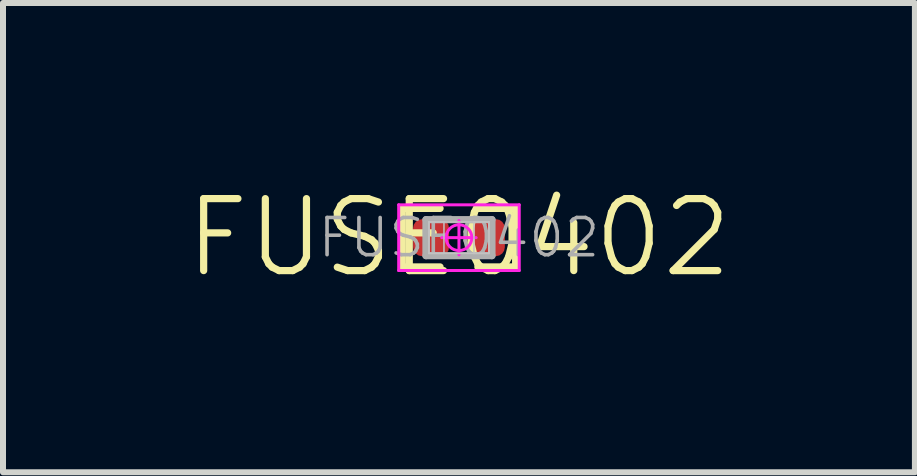
<source format=kicad_pcb>
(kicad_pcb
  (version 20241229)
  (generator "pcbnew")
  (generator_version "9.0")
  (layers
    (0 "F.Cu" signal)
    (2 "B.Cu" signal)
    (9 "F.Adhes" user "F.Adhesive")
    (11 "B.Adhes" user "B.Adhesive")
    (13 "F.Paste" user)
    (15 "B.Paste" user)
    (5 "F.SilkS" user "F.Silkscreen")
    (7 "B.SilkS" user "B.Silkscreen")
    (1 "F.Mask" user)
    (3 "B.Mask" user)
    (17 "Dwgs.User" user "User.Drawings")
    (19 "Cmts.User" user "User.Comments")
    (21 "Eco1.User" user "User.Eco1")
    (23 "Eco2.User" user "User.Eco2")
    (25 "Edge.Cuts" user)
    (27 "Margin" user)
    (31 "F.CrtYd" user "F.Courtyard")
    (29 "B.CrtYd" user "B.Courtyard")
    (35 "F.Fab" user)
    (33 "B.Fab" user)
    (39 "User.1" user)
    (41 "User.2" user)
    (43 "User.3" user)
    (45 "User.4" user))
  (footprint "FUSE0402"
    (layer "F.Cu")
    (at 4.603 0.913)
    (property "Reference" "FUSE0402" (at 0 0 0) (layer "F.SilkS") (effects (font (size 1.2 1.2) (thickness 0.12))))
    (attr smd)
    (fp_line (start -0.945 -0.488) (end -0.315 -0.488) (stroke (width 0.12) (type solid)) (layer "F.SilkS"))
    (fp_line (start -0.945 0.488) (end -0.945 -0.488) (stroke (width 0.12) (type solid)) (layer "F.SilkS"))
    (fp_line (start -0.315 0.488) (end -0.945 0.488) (stroke (width 0.12) (type solid)) (layer "F.SilkS"))
    (fp_line (start 0.315 0.488) (end 0.945 0.488) (stroke (width 0.12) (type solid)) (layer "F.SilkS"))
    (fp_line (start 0.945 -0.488) (end 0.315 -0.488) (stroke (width 0.12) (type solid)) (layer "F.SilkS"))
    (fp_line (start 0.945 0.488) (end 0.945 -0.488) (stroke (width 0.12) (type solid)) (layer "F.SilkS"))
    (fp_line (start -0.5 -0.262) (end -0.25 -0.262) (stroke (width 0.025) (type solid)) (layer "Dwgs.User"))
    (fp_line (start -0.5 -0.262) (end 0.5 -0.262) (stroke (width 0.025) (type solid)) (layer "Dwgs.User"))
    (fp_line (start -0.5 0.262) (end -0.5 -0.262) (stroke (width 0.025) (type solid)) (layer "Dwgs.User"))
    (fp_line (start -0.5 0.262) (end -0.5 -0.262) (stroke (width 0.025) (type solid)) (layer "Dwgs.User"))
    (fp_line (start -0.25 -0.262) (end -0.25 0.262) (stroke (width 0.025) (type solid)) (layer "Dwgs.User"))
    (fp_line (start -0.25 0.262) (end -0.5 0.262) (stroke (width 0.025) (type solid)) (layer "Dwgs.User"))
    (fp_line (start 0.25 -0.262) (end 0.5 -0.262) (stroke (width 0.025) (type solid)) (layer "Dwgs.User"))
    (fp_line (start 0.25 0.262) (end 0.25 -0.262) (stroke (width 0.025) (type solid)) (layer "Dwgs.User"))
    (fp_line (start 0.5 -0.262) (end 0.5 0.262) (stroke (width 0.025) (type solid)) (layer "Dwgs.User"))
    (fp_line (start 0.5 -0.262) (end 0.5 0.262) (stroke (width 0.025) (type solid)) (layer "Dwgs.User"))
    (fp_line (start 0.5 0.262) (end -0.5 0.262) (stroke (width 0.025) (type solid)) (layer "Dwgs.User"))
    (fp_line (start 0.5 0.262) (end 0.25 0.262) (stroke (width 0.025) (type solid)) (layer "Dwgs.User"))
    (fp_line (start -1.005 -0.548) (end 1.005 -0.548) (stroke (width 0.05) (type solid)) (layer "F.CrtYd"))
    (fp_line (start -1.005 0.548) (end -1.005 -0.548) (stroke (width 0.05) (type solid)) (layer "F.CrtYd"))
    (fp_line (start 0 -0.287) (end 0 0.287) (stroke (width 0.05) (type solid)) (layer "F.CrtYd"))
    (fp_line (start 0.287 0) (end -0.287 0) (stroke (width 0.05) (type solid)) (layer "F.CrtYd"))
    (fp_line (start 1.005 -0.548) (end 1.005 0.548) (stroke (width 0.05) (type solid)) (layer "F.CrtYd"))
    (fp_line (start 1.005 0.548) (end -1.005 0.548) (stroke (width 0.05) (type solid)) (layer "F.CrtYd"))
    (fp_circle (center 0 0) (end 0 0.215) (stroke (width 0.05) (type solid)) (fill no) (layer "F.CrtYd"))
    (fp_line (start -0.55 -0.3) (end 0.55 -0.3) (stroke (width 0.12) (type solid)) (layer "F.Fab"))
    (fp_line (start -0.55 0.3) (end -0.55 -0.3) (stroke (width 0.12) (type solid)) (layer "F.Fab"))
    (fp_line (start 0.55 -0.3) (end 0.55 0.3) (stroke (width 0.12) (type solid)) (layer "F.Fab"))
    (fp_line (start 0.55 0.3) (end -0.55 0.3) (stroke (width 0.12) (type solid)) (layer "F.Fab"))
    (fp_text user "${REFERENCE}" (at 0 0 0) (layer "F.Fab") (effects (font (size 0.62 0.62) (thickness 0.06))))
    (pad "1" smd roundrect (at -0.465 0) (size 0.6 0.617) (layers "F.Cu" "F.Mask" "F.Paste") (roundrect_rratio 0.25))
    (pad "2" smd roundrect (at 0.465 0) (size 0.6 0.617) (layers "F.Cu" "F.Mask" "F.Paste") (roundrect_rratio 0.25)))
  (gr_rect
    (start -3 -3)
    (end 12.206 4.825)
    (stroke (width 0.1) (type default))
    (fill no)
    (layer "Edge.Cuts")))
</source>
